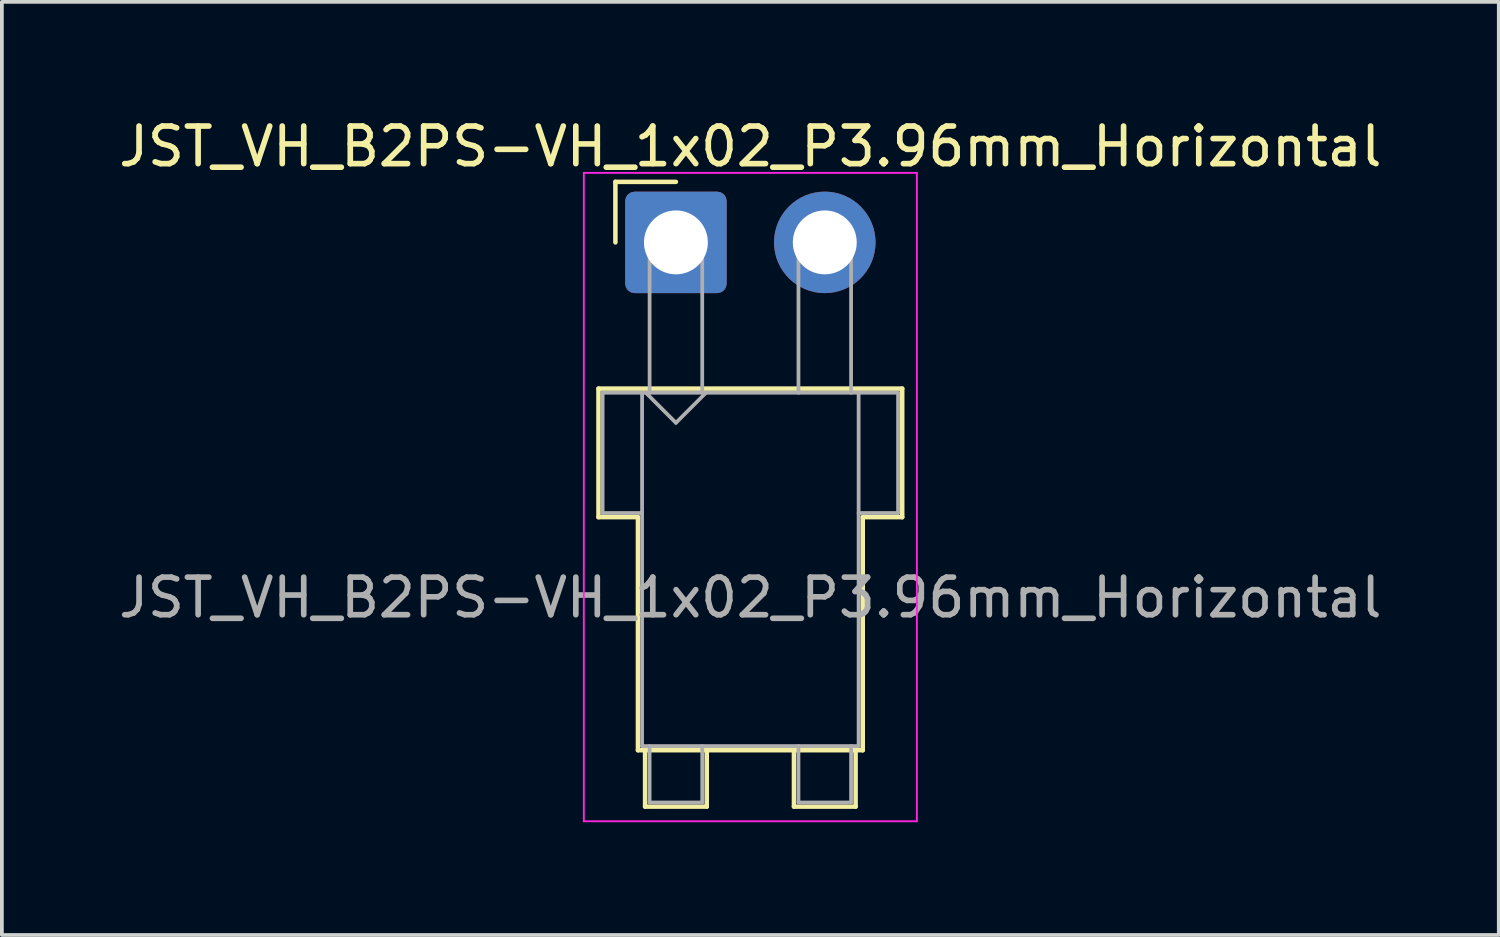
<source format=kicad_pcb>
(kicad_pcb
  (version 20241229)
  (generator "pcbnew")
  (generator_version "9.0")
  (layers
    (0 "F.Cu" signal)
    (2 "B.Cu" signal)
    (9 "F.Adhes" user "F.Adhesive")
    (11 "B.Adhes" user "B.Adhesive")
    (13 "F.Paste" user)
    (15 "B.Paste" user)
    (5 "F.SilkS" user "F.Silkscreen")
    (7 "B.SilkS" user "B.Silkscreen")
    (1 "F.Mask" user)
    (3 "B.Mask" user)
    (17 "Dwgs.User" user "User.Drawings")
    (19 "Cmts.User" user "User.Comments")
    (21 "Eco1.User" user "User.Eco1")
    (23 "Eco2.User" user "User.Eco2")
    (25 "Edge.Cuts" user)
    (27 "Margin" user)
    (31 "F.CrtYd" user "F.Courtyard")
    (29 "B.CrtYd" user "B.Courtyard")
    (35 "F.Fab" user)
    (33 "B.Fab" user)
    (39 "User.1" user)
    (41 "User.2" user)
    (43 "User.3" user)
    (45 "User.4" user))
  (footprint "JST_VH_B2PS-VH_1x02_P3.96mm_Horizontal"
    (layer "F.Cu")
    (at 14.931 3.398)
    (property "Reference" "JST_VH_B2PS-VH_1x02_P3.96mm_Horizontal" (at 1.98 -2.55 0) (layer "F.SilkS") (effects (font (size 1 1) (thickness 0.15))))
    (attr through_hole)
    (fp_line (start -2.06 3.89) (end 6.02 3.89) (stroke (width 0.12) (type solid)) (layer "F.SilkS"))
    (fp_line (start -2.06 7.31) (end -2.06 3.89) (stroke (width 0.12) (type solid)) (layer "F.SilkS"))
    (fp_line (start -1.61 -1.61) (end -1.61 0) (stroke (width 0.12) (type solid)) (layer "F.SilkS"))
    (fp_line (start -1.01 7.31) (end -2.06 7.31) (stroke (width 0.12) (type solid)) (layer "F.SilkS"))
    (fp_line (start -1.01 13.51) (end -1.01 7.31) (stroke (width 0.12) (type solid)) (layer "F.SilkS"))
    (fp_line (start -0.82 13.51) (end -0.82 15.01) (stroke (width 0.12) (type solid)) (layer "F.SilkS"))
    (fp_line (start -0.82 15.01) (end 0.82 15.01) (stroke (width 0.12) (type solid)) (layer "F.SilkS"))
    (fp_line (start 0 -1.61) (end -1.61 -1.61) (stroke (width 0.12) (type solid)) (layer "F.SilkS"))
    (fp_line (start 0.82 15.01) (end 0.82 13.51) (stroke (width 0.12) (type solid)) (layer "F.SilkS"))
    (fp_line (start 3.14 13.51) (end 3.14 15.01) (stroke (width 0.12) (type solid)) (layer "F.SilkS"))
    (fp_line (start 3.14 15.01) (end 4.78 15.01) (stroke (width 0.12) (type solid)) (layer "F.SilkS"))
    (fp_line (start 4.78 15.01) (end 4.78 13.51) (stroke (width 0.12) (type solid)) (layer "F.SilkS"))
    (fp_line (start 4.97 7.31) (end 4.97 13.51) (stroke (width 0.12) (type solid)) (layer "F.SilkS"))
    (fp_line (start 4.97 13.51) (end -1.01 13.51) (stroke (width 0.12) (type solid)) (layer "F.SilkS"))
    (fp_line (start 6.02 3.89) (end 6.02 7.31) (stroke (width 0.12) (type solid)) (layer "F.SilkS"))
    (fp_line (start 6.02 7.31) (end 4.97 7.31) (stroke (width 0.12) (type solid)) (layer "F.SilkS"))
    (fp_line (start -2.45 -1.85) (end -2.45 15.4) (stroke (width 0.05) (type solid)) (layer "F.CrtYd"))
    (fp_line (start -2.45 15.4) (end 6.41 15.4) (stroke (width 0.05) (type solid)) (layer "F.CrtYd"))
    (fp_line (start 6.41 -1.85) (end -2.45 -1.85) (stroke (width 0.05) (type solid)) (layer "F.CrtYd"))
    (fp_line (start 6.41 15.4) (end 6.41 -1.85) (stroke (width 0.05) (type solid)) (layer "F.CrtYd"))
    (fp_line (start -1.95 4) (end -0.9 4) (stroke (width 0.1) (type solid)) (layer "F.Fab"))
    (fp_line (start -1.95 7.2) (end -1.95 4) (stroke (width 0.1) (type solid)) (layer "F.Fab"))
    (fp_line (start -0.9 4) (end -0.9 13.4) (stroke (width 0.1) (type solid)) (layer "F.Fab"))
    (fp_line (start -0.9 7.2) (end -1.95 7.2) (stroke (width 0.1) (type solid)) (layer "F.Fab"))
    (fp_line (start -0.9 13.4) (end 4.86 13.4) (stroke (width 0.1) (type solid)) (layer "F.Fab"))
    (fp_line (start -0.8 4) (end 0 4.8) (stroke (width 0.1) (type solid)) (layer "F.Fab"))
    (fp_line (start -0.7 0) (end 0.7 0) (stroke (width 0.1) (type solid)) (layer "F.Fab"))
    (fp_line (start -0.7 4) (end -0.7 0) (stroke (width 0.1) (type solid)) (layer "F.Fab"))
    (fp_line (start -0.7 13.4) (end -0.7 14.9) (stroke (width 0.1) (type solid)) (layer "F.Fab"))
    (fp_line (start -0.7 14.9) (end 0.7 14.9) (stroke (width 0.1) (type solid)) (layer "F.Fab"))
    (fp_line (start 0 4.8) (end 0.8 4) (stroke (width 0.1) (type solid)) (layer "F.Fab"))
    (fp_line (start 0.7 0) (end 0.7 4) (stroke (width 0.1) (type solid)) (layer "F.Fab"))
    (fp_line (start 0.7 14.9) (end 0.7 13.4) (stroke (width 0.1) (type solid)) (layer "F.Fab"))
    (fp_line (start 3.26 0) (end 4.66 0) (stroke (width 0.1) (type solid)) (layer "F.Fab"))
    (fp_line (start 3.26 4) (end 3.26 0) (stroke (width 0.1) (type solid)) (layer "F.Fab"))
    (fp_line (start 3.26 13.4) (end 3.26 14.9) (stroke (width 0.1) (type solid)) (layer "F.Fab"))
    (fp_line (start 3.26 14.9) (end 4.66 14.9) (stroke (width 0.1) (type solid)) (layer "F.Fab"))
    (fp_line (start 4.66 0) (end 4.66 4) (stroke (width 0.1) (type solid)) (layer "F.Fab"))
    (fp_line (start 4.66 14.9) (end 4.66 13.4) (stroke (width 0.1) (type solid)) (layer "F.Fab"))
    (fp_line (start 4.86 4) (end -0.9 4) (stroke (width 0.1) (type solid)) (layer "F.Fab"))
    (fp_line (start 4.86 4) (end 5.91 4) (stroke (width 0.1) (type solid)) (layer "F.Fab"))
    (fp_line (start 4.86 13.4) (end 4.86 4) (stroke (width 0.1) (type solid)) (layer "F.Fab"))
    (fp_line (start 5.91 4) (end 5.91 7.2) (stroke (width 0.1) (type solid)) (layer "F.Fab"))
    (fp_line (start 5.91 7.2) (end 4.86 7.2) (stroke (width 0.1) (type solid)) (layer "F.Fab"))
    (fp_text user "${REFERENCE}" (at 1.98 9.45 0) (layer "F.Fab") (effects (font (size 1 1) (thickness 0.15))))
    (pad "1" thru_hole roundrect (at 0 0) (size 2.7 2.7) (drill 1.7) (layers "*.Cu" "*.Mask") (roundrect_rratio 0.093))
    (pad "2" thru_hole circle (at 3.96 0) (size 2.7 2.7) (drill 1.7) (layers "*.Cu" "*.Mask")))
  (gr_rect
    (start -3 -3)
    (end 36.821 21.823)
    (stroke (width 0.1) (type default))
    (fill no)
    (layer "Edge.Cuts")))
</source>
